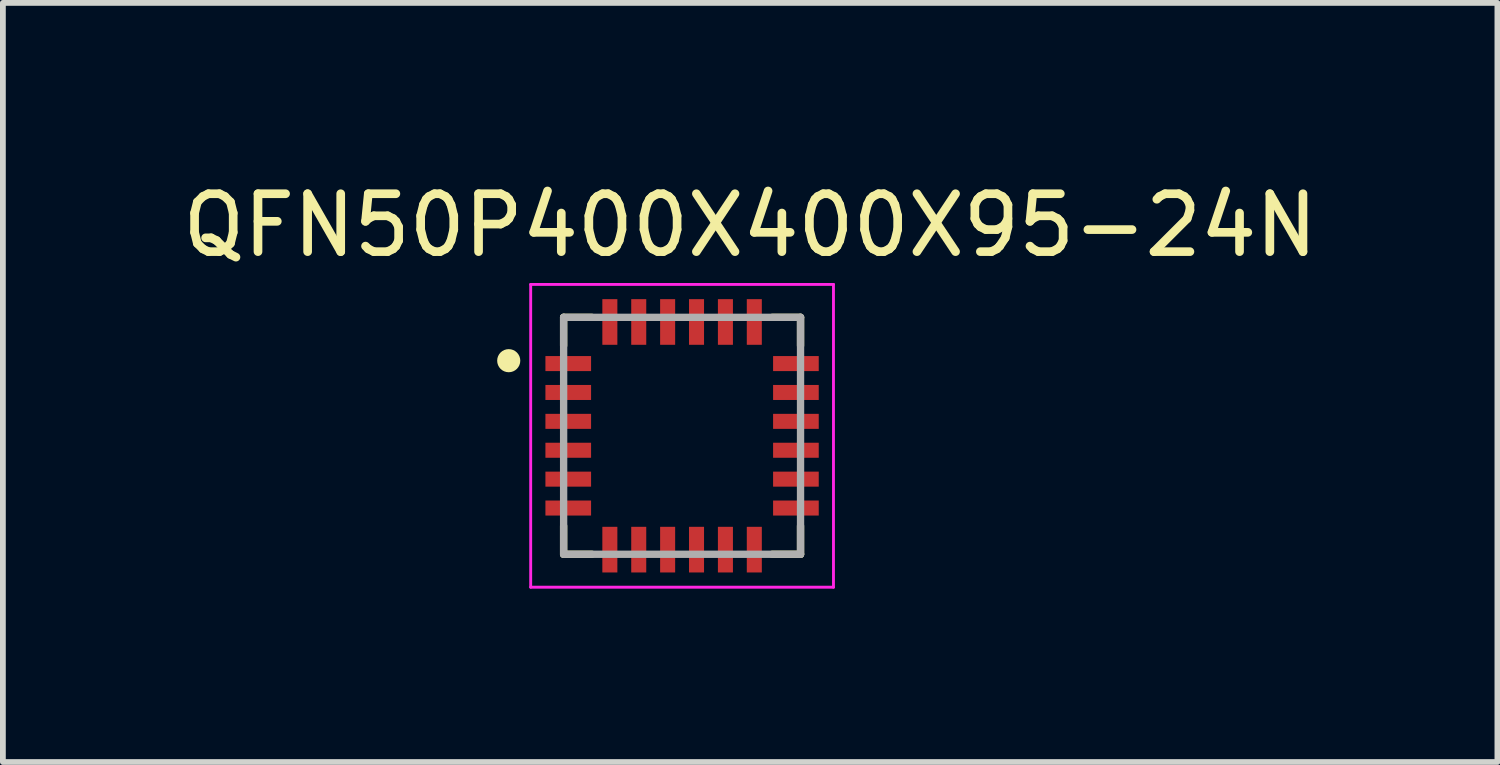
<source format=kicad_pcb>
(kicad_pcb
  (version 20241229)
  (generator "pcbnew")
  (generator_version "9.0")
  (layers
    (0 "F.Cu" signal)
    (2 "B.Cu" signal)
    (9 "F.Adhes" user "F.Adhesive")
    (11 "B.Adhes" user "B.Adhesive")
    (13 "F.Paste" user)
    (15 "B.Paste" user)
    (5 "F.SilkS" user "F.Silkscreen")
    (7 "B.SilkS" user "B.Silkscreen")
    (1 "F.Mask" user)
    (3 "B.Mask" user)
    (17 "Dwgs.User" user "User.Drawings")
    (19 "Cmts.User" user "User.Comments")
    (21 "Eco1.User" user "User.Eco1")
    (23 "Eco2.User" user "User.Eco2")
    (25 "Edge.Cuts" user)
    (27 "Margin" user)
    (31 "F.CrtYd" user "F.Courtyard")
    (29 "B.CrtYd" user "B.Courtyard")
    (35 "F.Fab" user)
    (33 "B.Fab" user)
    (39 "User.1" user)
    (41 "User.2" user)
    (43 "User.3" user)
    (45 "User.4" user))
  (footprint "QFN50P400X400X95-24N"
    (layer "F.Cu")
    (at 8.754 4.492)
    (property "Reference" "QFN50P400X400X95-24N" (at 1.178 -3.643 0) (layer "F.SilkS") (effects (font (size 1.002 1.002) (thickness 0.15))))
    (attr through_hole)
    (fp_line (start -2.05 -1.56) (end -2.05 -2.05) (stroke (width 0.127) (type solid)) (layer "F.SilkS"))
    (fp_line (start -2.05 2.05) (end -2.05 1.56) (stroke (width 0.127) (type solid)) (layer "F.SilkS"))
    (fp_line (start -1.56 -2.05) (end -2.05 -2.05) (stroke (width 0.127) (type solid)) (layer "F.SilkS"))
    (fp_line (start -1.56 2.05) (end -2.05 2.05) (stroke (width 0.127) (type solid)) (layer "F.SilkS"))
    (fp_line (start 1.56 -2.05) (end 2.05 -2.05) (stroke (width 0.127) (type solid)) (layer "F.SilkS"))
    (fp_line (start 2.05 -2.05) (end 2.05 -1.56) (stroke (width 0.127) (type solid)) (layer "F.SilkS"))
    (fp_line (start 2.05 1.56) (end 2.05 2.05) (stroke (width 0.127) (type solid)) (layer "F.SilkS"))
    (fp_line (start 2.05 2.05) (end 1.56 2.05) (stroke (width 0.127) (type solid)) (layer "F.SilkS"))
    (fp_circle (center -3 -1.3) (end -2.9 -1.3) (stroke (width 0.2) (type solid)) (fill no) (layer "F.SilkS"))
    (fp_line (start -2.62 -2.62) (end 2.62 -2.62) (stroke (width 0.05) (type solid)) (layer "F.CrtYd"))
    (fp_line (start -2.62 2.62) (end -2.62 -2.62) (stroke (width 0.05) (type solid)) (layer "F.CrtYd"))
    (fp_line (start 2.62 -2.62) (end 2.62 2.62) (stroke (width 0.05) (type solid)) (layer "F.CrtYd"))
    (fp_line (start 2.62 2.62) (end -2.62 2.62) (stroke (width 0.05) (type solid)) (layer "F.CrtYd"))
    (fp_line (start -2.05 -2.05) (end -2.05 2.05) (stroke (width 0.127) (type solid)) (layer "F.Fab"))
    (fp_line (start 2.05 -2.05) (end -2.05 -2.05) (stroke (width 0.127) (type solid)) (layer "F.Fab"))
    (fp_line (start 2.05 -2.05) (end 2.05 2.05) (stroke (width 0.127) (type solid)) (layer "F.Fab"))
    (fp_line (start 2.05 2.05) (end -2.05 2.05) (stroke (width 0.127) (type solid)) (layer "F.Fab"))
    (pad "1" smd rect (at -1.97 -1.25) (size 0.79 0.26) (layers "F.Cu" "F.Mask" "F.Paste"))
    (pad "2" smd rect (at -1.97 -0.75) (size 0.79 0.26) (layers "F.Cu" "F.Mask" "F.Paste"))
    (pad "3" smd rect (at -1.97 -0.25) (size 0.79 0.26) (layers "F.Cu" "F.Mask" "F.Paste"))
    (pad "4" smd rect (at -1.97 0.25) (size 0.79 0.26) (layers "F.Cu" "F.Mask" "F.Paste"))
    (pad "5" smd rect (at -1.97 0.75) (size 0.79 0.26) (layers "F.Cu" "F.Mask" "F.Paste"))
    (pad "6" smd rect (at -1.97 1.25) (size 0.79 0.26) (layers "F.Cu" "F.Mask" "F.Paste"))
    (pad "7" smd rect (at -1.25 1.97) (size 0.26 0.79) (layers "F.Cu" "F.Mask" "F.Paste"))
    (pad "8" smd rect (at -0.75 1.97) (size 0.26 0.79) (layers "F.Cu" "F.Mask" "F.Paste"))
    (pad "9" smd rect (at -0.25 1.97) (size 0.26 0.79) (layers "F.Cu" "F.Mask" "F.Paste"))
    (pad "10" smd rect (at 0.25 1.97) (size 0.26 0.79) (layers "F.Cu" "F.Mask" "F.Paste"))
    (pad "11" smd rect (at 0.75 1.97) (size 0.26 0.79) (layers "F.Cu" "F.Mask" "F.Paste"))
    (pad "12" smd rect (at 1.25 1.97) (size 0.26 0.79) (layers "F.Cu" "F.Mask" "F.Paste"))
    (pad "13" smd rect (at 1.97 1.25) (size 0.79 0.26) (layers "F.Cu" "F.Mask" "F.Paste"))
    (pad "14" smd rect (at 1.97 0.75) (size 0.79 0.26) (layers "F.Cu" "F.Mask" "F.Paste"))
    (pad "15" smd rect (at 1.97 0.25) (size 0.79 0.26) (layers "F.Cu" "F.Mask" "F.Paste"))
    (pad "16" smd rect (at 1.97 -0.25) (size 0.79 0.26) (layers "F.Cu" "F.Mask" "F.Paste"))
    (pad "17" smd rect (at 1.97 -0.75) (size 0.79 0.26) (layers "F.Cu" "F.Mask" "F.Paste"))
    (pad "18" smd rect (at 1.97 -1.25) (size 0.79 0.26) (layers "F.Cu" "F.Mask" "F.Paste"))
    (pad "19" smd rect (at 1.25 -1.97) (size 0.26 0.79) (layers "F.Cu" "F.Mask" "F.Paste"))
    (pad "20" smd rect (at 0.75 -1.97) (size 0.26 0.79) (layers "F.Cu" "F.Mask" "F.Paste"))
    (pad "21" smd rect (at 0.25 -1.97) (size 0.26 0.79) (layers "F.Cu" "F.Mask" "F.Paste"))
    (pad "22" smd rect (at -0.25 -1.97) (size 0.26 0.79) (layers "F.Cu" "F.Mask" "F.Paste"))
    (pad "23" smd rect (at -0.75 -1.97) (size 0.26 0.79) (layers "F.Cu" "F.Mask" "F.Paste"))
    (pad "24" smd rect (at -1.25 -1.97) (size 0.26 0.79) (layers "F.Cu" "F.Mask" "F.Paste")))
  (gr_rect
    (start -3 -3)
    (end 22.864 10.137)
    (stroke (width 0.1) (type default))
    (fill no)
    (layer "Edge.Cuts")))
</source>
